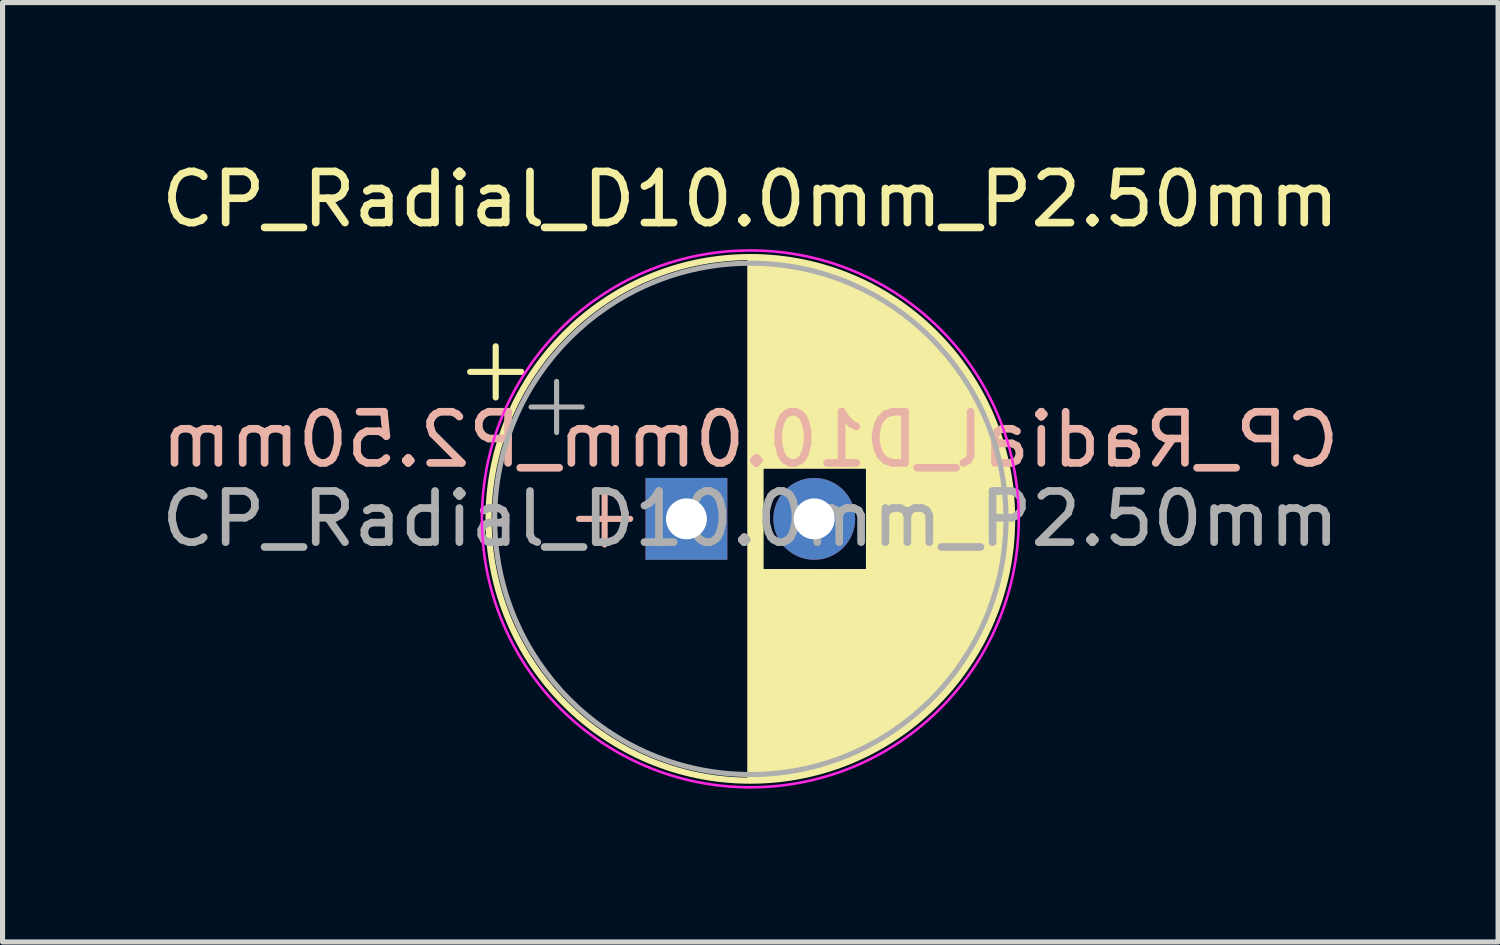
<source format=kicad_pcb>
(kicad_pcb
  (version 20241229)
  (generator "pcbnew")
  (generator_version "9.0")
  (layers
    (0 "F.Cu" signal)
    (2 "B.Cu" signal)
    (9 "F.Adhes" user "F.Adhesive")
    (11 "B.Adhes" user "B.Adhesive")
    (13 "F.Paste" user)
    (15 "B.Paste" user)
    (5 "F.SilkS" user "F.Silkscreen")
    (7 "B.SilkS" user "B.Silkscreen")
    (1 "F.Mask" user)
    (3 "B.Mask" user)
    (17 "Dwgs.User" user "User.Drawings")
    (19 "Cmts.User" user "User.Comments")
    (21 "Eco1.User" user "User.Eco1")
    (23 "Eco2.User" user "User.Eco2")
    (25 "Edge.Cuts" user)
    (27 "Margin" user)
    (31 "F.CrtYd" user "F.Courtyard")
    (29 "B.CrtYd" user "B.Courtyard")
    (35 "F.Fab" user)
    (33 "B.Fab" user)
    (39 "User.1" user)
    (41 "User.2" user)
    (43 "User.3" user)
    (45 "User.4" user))
  (footprint "CP_Radial_D10.0mm_P2.50mm"
    (layer "F.Cu")
    (at 10.375 7.098)
    (property "Reference" "CP_Radial_D10.0mm_P2.50mm" (at 1.25 -6.25 0) (layer "F.SilkS") (effects (font (size 1 1) (thickness 0.15))))
    (fp_line (start -4.23 -2.875) (end -3.23 -2.875) (stroke (width 0.12) (type solid)) (layer "F.SilkS"))
    (fp_line (start -3.73 -3.375) (end -3.73 -2.375) (stroke (width 0.12) (type solid)) (layer "F.SilkS"))
    (fp_line (start 1.25 -5.08) (end 1.25 5.08) (stroke (width 0.12) (type solid)) (layer "F.SilkS"))
    (fp_line (start 1.29 -5.08) (end 1.29 5.08) (stroke (width 0.12) (type solid)) (layer "F.SilkS"))
    (fp_line (start 1.33 -5.08) (end 1.33 5.08) (stroke (width 0.12) (type solid)) (layer "F.SilkS"))
    (fp_line (start 1.37 -5.079) (end 1.37 5.079) (stroke (width 0.12) (type solid)) (layer "F.SilkS"))
    (fp_line (start 1.41 -5.078) (end 1.41 5.078) (stroke (width 0.12) (type solid)) (layer "F.SilkS"))
    (fp_line (start 1.45 -5.077) (end 1.45 5.077) (stroke (width 0.12) (type solid)) (layer "F.SilkS"))
    (fp_line (start 1.49 -5.075) (end 1.49 -1.04) (stroke (width 0.12) (type solid)) (layer "F.SilkS"))
    (fp_line (start 1.49 1.04) (end 1.49 5.075) (stroke (width 0.12) (type solid)) (layer "F.SilkS"))
    (fp_line (start 1.53 -5.073) (end 1.53 -1.04) (stroke (width 0.12) (type solid)) (layer "F.SilkS"))
    (fp_line (start 1.53 1.04) (end 1.53 5.073) (stroke (width 0.12) (type solid)) (layer "F.SilkS"))
    (fp_line (start 1.57 -5.07) (end 1.57 -1.04) (stroke (width 0.12) (type solid)) (layer "F.SilkS"))
    (fp_line (start 1.57 1.04) (end 1.57 5.07) (stroke (width 0.12) (type solid)) (layer "F.SilkS"))
    (fp_line (start 1.61 -5.068) (end 1.61 -1.04) (stroke (width 0.12) (type solid)) (layer "F.SilkS"))
    (fp_line (start 1.61 1.04) (end 1.61 5.068) (stroke (width 0.12) (type solid)) (layer "F.SilkS"))
    (fp_line (start 1.65 -5.065) (end 1.65 -1.04) (stroke (width 0.12) (type solid)) (layer "F.SilkS"))
    (fp_line (start 1.65 1.04) (end 1.65 5.065) (stroke (width 0.12) (type solid)) (layer "F.SilkS"))
    (fp_line (start 1.69 -5.062) (end 1.69 -1.04) (stroke (width 0.12) (type solid)) (layer "F.SilkS"))
    (fp_line (start 1.69 1.04) (end 1.69 5.062) (stroke (width 0.12) (type solid)) (layer "F.SilkS"))
    (fp_line (start 1.73 -5.058) (end 1.73 -1.04) (stroke (width 0.12) (type solid)) (layer "F.SilkS"))
    (fp_line (start 1.73 1.04) (end 1.73 5.058) (stroke (width 0.12) (type solid)) (layer "F.SilkS"))
    (fp_line (start 1.77 -5.054) (end 1.77 -1.04) (stroke (width 0.12) (type solid)) (layer "F.SilkS"))
    (fp_line (start 1.77 1.04) (end 1.77 5.054) (stroke (width 0.12) (type solid)) (layer "F.SilkS"))
    (fp_line (start 1.81 -5.05) (end 1.81 -1.04) (stroke (width 0.12) (type solid)) (layer "F.SilkS"))
    (fp_line (start 1.81 1.04) (end 1.81 5.05) (stroke (width 0.12) (type solid)) (layer "F.SilkS"))
    (fp_line (start 1.85 -5.045) (end 1.85 -1.04) (stroke (width 0.12) (type solid)) (layer "F.SilkS"))
    (fp_line (start 1.85 1.04) (end 1.85 5.045) (stroke (width 0.12) (type solid)) (layer "F.SilkS"))
    (fp_line (start 1.89 -5.04) (end 1.89 -1.04) (stroke (width 0.12) (type solid)) (layer "F.SilkS"))
    (fp_line (start 1.89 1.04) (end 1.89 5.04) (stroke (width 0.12) (type solid)) (layer "F.SilkS"))
    (fp_line (start 1.93 -5.035) (end 1.93 -1.04) (stroke (width 0.12) (type solid)) (layer "F.SilkS"))
    (fp_line (start 1.93 1.04) (end 1.93 5.035) (stroke (width 0.12) (type solid)) (layer "F.SilkS"))
    (fp_line (start 1.971 -5.03) (end 1.971 -1.04) (stroke (width 0.12) (type solid)) (layer "F.SilkS"))
    (fp_line (start 1.971 1.04) (end 1.971 5.03) (stroke (width 0.12) (type solid)) (layer "F.SilkS"))
    (fp_line (start 2.011 -5.024) (end 2.011 -1.04) (stroke (width 0.12) (type solid)) (layer "F.SilkS"))
    (fp_line (start 2.011 1.04) (end 2.011 5.024) (stroke (width 0.12) (type solid)) (layer "F.SilkS"))
    (fp_line (start 2.051 -5.018) (end 2.051 -1.04) (stroke (width 0.12) (type solid)) (layer "F.SilkS"))
    (fp_line (start 2.051 1.04) (end 2.051 5.018) (stroke (width 0.12) (type solid)) (layer "F.SilkS"))
    (fp_line (start 2.091 -5.011) (end 2.091 -1.04) (stroke (width 0.12) (type solid)) (layer "F.SilkS"))
    (fp_line (start 2.091 1.04) (end 2.091 5.011) (stroke (width 0.12) (type solid)) (layer "F.SilkS"))
    (fp_line (start 2.131 -5.004) (end 2.131 -1.04) (stroke (width 0.12) (type solid)) (layer "F.SilkS"))
    (fp_line (start 2.131 1.04) (end 2.131 5.004) (stroke (width 0.12) (type solid)) (layer "F.SilkS"))
    (fp_line (start 2.171 -4.997) (end 2.171 -1.04) (stroke (width 0.12) (type solid)) (layer "F.SilkS"))
    (fp_line (start 2.171 1.04) (end 2.171 4.997) (stroke (width 0.12) (type solid)) (layer "F.SilkS"))
    (fp_line (start 2.211 -4.99) (end 2.211 -1.04) (stroke (width 0.12) (type solid)) (layer "F.SilkS"))
    (fp_line (start 2.211 1.04) (end 2.211 4.99) (stroke (width 0.12) (type solid)) (layer "F.SilkS"))
    (fp_line (start 2.251 -4.982) (end 2.251 -1.04) (stroke (width 0.12) (type solid)) (layer "F.SilkS"))
    (fp_line (start 2.251 1.04) (end 2.251 4.982) (stroke (width 0.12) (type solid)) (layer "F.SilkS"))
    (fp_line (start 2.291 -4.974) (end 2.291 -1.04) (stroke (width 0.12) (type solid)) (layer "F.SilkS"))
    (fp_line (start 2.291 1.04) (end 2.291 4.974) (stroke (width 0.12) (type solid)) (layer "F.SilkS"))
    (fp_line (start 2.331 -4.965) (end 2.331 -1.04) (stroke (width 0.12) (type solid)) (layer "F.SilkS"))
    (fp_line (start 2.331 1.04) (end 2.331 4.965) (stroke (width 0.12) (type solid)) (layer "F.SilkS"))
    (fp_line (start 2.371 -4.956) (end 2.371 -1.04) (stroke (width 0.12) (type solid)) (layer "F.SilkS"))
    (fp_line (start 2.371 1.04) (end 2.371 4.956) (stroke (width 0.12) (type solid)) (layer "F.SilkS"))
    (fp_line (start 2.411 -4.947) (end 2.411 -1.04) (stroke (width 0.12) (type solid)) (layer "F.SilkS"))
    (fp_line (start 2.411 1.04) (end 2.411 4.947) (stroke (width 0.12) (type solid)) (layer "F.SilkS"))
    (fp_line (start 2.451 -4.938) (end 2.451 -1.04) (stroke (width 0.12) (type solid)) (layer "F.SilkS"))
    (fp_line (start 2.451 1.04) (end 2.451 4.938) (stroke (width 0.12) (type solid)) (layer "F.SilkS"))
    (fp_line (start 2.491 -4.928) (end 2.491 -1.04) (stroke (width 0.12) (type solid)) (layer "F.SilkS"))
    (fp_line (start 2.491 1.04) (end 2.491 4.928) (stroke (width 0.12) (type solid)) (layer "F.SilkS"))
    (fp_line (start 2.531 -4.918) (end 2.531 -1.04) (stroke (width 0.12) (type solid)) (layer "F.SilkS"))
    (fp_line (start 2.531 1.04) (end 2.531 4.918) (stroke (width 0.12) (type solid)) (layer "F.SilkS"))
    (fp_line (start 2.571 -4.907) (end 2.571 -1.04) (stroke (width 0.12) (type solid)) (layer "F.SilkS"))
    (fp_line (start 2.571 1.04) (end 2.571 4.907) (stroke (width 0.12) (type solid)) (layer "F.SilkS"))
    (fp_line (start 2.611 -4.897) (end 2.611 -1.04) (stroke (width 0.12) (type solid)) (layer "F.SilkS"))
    (fp_line (start 2.611 1.04) (end 2.611 4.897) (stroke (width 0.12) (type solid)) (layer "F.SilkS"))
    (fp_line (start 2.651 -4.885) (end 2.651 -1.04) (stroke (width 0.12) (type solid)) (layer "F.SilkS"))
    (fp_line (start 2.651 1.04) (end 2.651 4.885) (stroke (width 0.12) (type solid)) (layer "F.SilkS"))
    (fp_line (start 2.691 -4.874) (end 2.691 -1.04) (stroke (width 0.12) (type solid)) (layer "F.SilkS"))
    (fp_line (start 2.691 1.04) (end 2.691 4.874) (stroke (width 0.12) (type solid)) (layer "F.SilkS"))
    (fp_line (start 2.731 -4.862) (end 2.731 -1.04) (stroke (width 0.12) (type solid)) (layer "F.SilkS"))
    (fp_line (start 2.731 1.04) (end 2.731 4.862) (stroke (width 0.12) (type solid)) (layer "F.SilkS"))
    (fp_line (start 2.771 -4.85) (end 2.771 -1.04) (stroke (width 0.12) (type solid)) (layer "F.SilkS"))
    (fp_line (start 2.771 1.04) (end 2.771 4.85) (stroke (width 0.12) (type solid)) (layer "F.SilkS"))
    (fp_line (start 2.811 -4.837) (end 2.811 -1.04) (stroke (width 0.12) (type solid)) (layer "F.SilkS"))
    (fp_line (start 2.811 1.04) (end 2.811 4.837) (stroke (width 0.12) (type solid)) (layer "F.SilkS"))
    (fp_line (start 2.851 -4.824) (end 2.851 -1.04) (stroke (width 0.12) (type solid)) (layer "F.SilkS"))
    (fp_line (start 2.851 1.04) (end 2.851 4.824) (stroke (width 0.12) (type solid)) (layer "F.SilkS"))
    (fp_line (start 2.891 -4.811) (end 2.891 -1.04) (stroke (width 0.12) (type solid)) (layer "F.SilkS"))
    (fp_line (start 2.891 1.04) (end 2.891 4.811) (stroke (width 0.12) (type solid)) (layer "F.SilkS"))
    (fp_line (start 2.931 -4.797) (end 2.931 -1.04) (stroke (width 0.12) (type solid)) (layer "F.SilkS"))
    (fp_line (start 2.931 1.04) (end 2.931 4.797) (stroke (width 0.12) (type solid)) (layer "F.SilkS"))
    (fp_line (start 2.971 -4.783) (end 2.971 -1.04) (stroke (width 0.12) (type solid)) (layer "F.SilkS"))
    (fp_line (start 2.971 1.04) (end 2.971 4.783) (stroke (width 0.12) (type solid)) (layer "F.SilkS"))
    (fp_line (start 3.011 -4.768) (end 3.011 -1.04) (stroke (width 0.12) (type solid)) (layer "F.SilkS"))
    (fp_line (start 3.011 1.04) (end 3.011 4.768) (stroke (width 0.12) (type solid)) (layer "F.SilkS"))
    (fp_line (start 3.051 -4.754) (end 3.051 -1.04) (stroke (width 0.12) (type solid)) (layer "F.SilkS"))
    (fp_line (start 3.051 1.04) (end 3.051 4.754) (stroke (width 0.12) (type solid)) (layer "F.SilkS"))
    (fp_line (start 3.091 -4.738) (end 3.091 -1.04) (stroke (width 0.12) (type solid)) (layer "F.SilkS"))
    (fp_line (start 3.091 1.04) (end 3.091 4.738) (stroke (width 0.12) (type solid)) (layer "F.SilkS"))
    (fp_line (start 3.131 -4.723) (end 3.131 -1.04) (stroke (width 0.12) (type solid)) (layer "F.SilkS"))
    (fp_line (start 3.131 1.04) (end 3.131 4.723) (stroke (width 0.12) (type solid)) (layer "F.SilkS"))
    (fp_line (start 3.171 -4.707) (end 3.171 -1.04) (stroke (width 0.12) (type solid)) (layer "F.SilkS"))
    (fp_line (start 3.171 1.04) (end 3.171 4.707) (stroke (width 0.12) (type solid)) (layer "F.SilkS"))
    (fp_line (start 3.211 -4.69) (end 3.211 -1.04) (stroke (width 0.12) (type solid)) (layer "F.SilkS"))
    (fp_line (start 3.211 1.04) (end 3.211 4.69) (stroke (width 0.12) (type solid)) (layer "F.SilkS"))
    (fp_line (start 3.251 -4.674) (end 3.251 -1.04) (stroke (width 0.12) (type solid)) (layer "F.SilkS"))
    (fp_line (start 3.251 1.04) (end 3.251 4.674) (stroke (width 0.12) (type solid)) (layer "F.SilkS"))
    (fp_line (start 3.291 -4.657) (end 3.291 -1.04) (stroke (width 0.12) (type solid)) (layer "F.SilkS"))
    (fp_line (start 3.291 1.04) (end 3.291 4.657) (stroke (width 0.12) (type solid)) (layer "F.SilkS"))
    (fp_line (start 3.331 -4.639) (end 3.331 -1.04) (stroke (width 0.12) (type solid)) (layer "F.SilkS"))
    (fp_line (start 3.331 1.04) (end 3.331 4.639) (stroke (width 0.12) (type solid)) (layer "F.SilkS"))
    (fp_line (start 3.371 -4.621) (end 3.371 -1.04) (stroke (width 0.12) (type solid)) (layer "F.SilkS"))
    (fp_line (start 3.371 1.04) (end 3.371 4.621) (stroke (width 0.12) (type solid)) (layer "F.SilkS"))
    (fp_line (start 3.411 -4.603) (end 3.411 -1.04) (stroke (width 0.12) (type solid)) (layer "F.SilkS"))
    (fp_line (start 3.411 1.04) (end 3.411 4.603) (stroke (width 0.12) (type solid)) (layer "F.SilkS"))
    (fp_line (start 3.451 -4.584) (end 3.451 -1.04) (stroke (width 0.12) (type solid)) (layer "F.SilkS"))
    (fp_line (start 3.451 1.04) (end 3.451 4.584) (stroke (width 0.12) (type solid)) (layer "F.SilkS"))
    (fp_line (start 3.491 -4.564) (end 3.491 -1.04) (stroke (width 0.12) (type solid)) (layer "F.SilkS"))
    (fp_line (start 3.491 1.04) (end 3.491 4.564) (stroke (width 0.12) (type solid)) (layer "F.SilkS"))
    (fp_line (start 3.531 -4.545) (end 3.531 -1.04) (stroke (width 0.12) (type solid)) (layer "F.SilkS"))
    (fp_line (start 3.531 1.04) (end 3.531 4.545) (stroke (width 0.12) (type solid)) (layer "F.SilkS"))
    (fp_line (start 3.571 -4.525) (end 3.571 4.525) (stroke (width 0.12) (type solid)) (layer "F.SilkS"))
    (fp_line (start 3.611 -4.504) (end 3.611 4.504) (stroke (width 0.12) (type solid)) (layer "F.SilkS"))
    (fp_line (start 3.651 -4.483) (end 3.651 4.483) (stroke (width 0.12) (type solid)) (layer "F.SilkS"))
    (fp_line (start 3.691 -4.462) (end 3.691 4.462) (stroke (width 0.12) (type solid)) (layer "F.SilkS"))
    (fp_line (start 3.731 -4.44) (end 3.731 4.44) (stroke (width 0.12) (type solid)) (layer "F.SilkS"))
    (fp_line (start 3.771 -4.417) (end 3.771 4.417) (stroke (width 0.12) (type solid)) (layer "F.SilkS"))
    (fp_line (start 3.811 -4.395) (end 3.811 4.395) (stroke (width 0.12) (type solid)) (layer "F.SilkS"))
    (fp_line (start 3.851 -4.371) (end 3.851 4.371) (stroke (width 0.12) (type solid)) (layer "F.SilkS"))
    (fp_line (start 3.891 -4.347) (end 3.891 4.347) (stroke (width 0.12) (type solid)) (layer "F.SilkS"))
    (fp_line (start 3.931 -4.323) (end 3.931 4.323) (stroke (width 0.12) (type solid)) (layer "F.SilkS"))
    (fp_line (start 3.971 -4.298) (end 3.971 4.298) (stroke (width 0.12) (type solid)) (layer "F.SilkS"))
    (fp_line (start 4.011 -4.273) (end 4.011 4.273) (stroke (width 0.12) (type solid)) (layer "F.SilkS"))
    (fp_line (start 4.051 -4.247) (end 4.051 4.247) (stroke (width 0.12) (type solid)) (layer "F.SilkS"))
    (fp_line (start 4.091 -4.221) (end 4.091 4.221) (stroke (width 0.12) (type solid)) (layer "F.SilkS"))
    (fp_line (start 4.131 -4.194) (end 4.131 4.194) (stroke (width 0.12) (type solid)) (layer "F.SilkS"))
    (fp_line (start 4.171 -4.166) (end 4.171 4.166) (stroke (width 0.12) (type solid)) (layer "F.SilkS"))
    (fp_line (start 4.211 -4.138) (end 4.211 4.138) (stroke (width 0.12) (type solid)) (layer "F.SilkS"))
    (fp_line (start 4.251 -4.11) (end 4.251 4.11) (stroke (width 0.12) (type solid)) (layer "F.SilkS"))
    (fp_line (start 4.291 -4.08) (end 4.291 4.08) (stroke (width 0.12) (type solid)) (layer "F.SilkS"))
    (fp_line (start 4.331 -4.05) (end 4.331 4.05) (stroke (width 0.12) (type solid)) (layer "F.SilkS"))
    (fp_line (start 4.371 -4.02) (end 4.371 4.02) (stroke (width 0.12) (type solid)) (layer "F.SilkS"))
    (fp_line (start 4.411 -3.989) (end 4.411 3.989) (stroke (width 0.12) (type solid)) (layer "F.SilkS"))
    (fp_line (start 4.451 -3.957) (end 4.451 3.957) (stroke (width 0.12) (type solid)) (layer "F.SilkS"))
    (fp_line (start 4.491 -3.925) (end 4.491 3.925) (stroke (width 0.12) (type solid)) (layer "F.SilkS"))
    (fp_line (start 4.531 -3.892) (end 4.531 3.892) (stroke (width 0.12) (type solid)) (layer "F.SilkS"))
    (fp_line (start 4.571 -3.858) (end 4.571 3.858) (stroke (width 0.12) (type solid)) (layer "F.SilkS"))
    (fp_line (start 4.611 -3.824) (end 4.611 3.824) (stroke (width 0.12) (type solid)) (layer "F.SilkS"))
    (fp_line (start 4.651 -3.789) (end 4.651 3.789) (stroke (width 0.12) (type solid)) (layer "F.SilkS"))
    (fp_line (start 4.691 -3.753) (end 4.691 3.753) (stroke (width 0.12) (type solid)) (layer "F.SilkS"))
    (fp_line (start 4.731 -3.716) (end 4.731 3.716) (stroke (width 0.12) (type solid)) (layer "F.SilkS"))
    (fp_line (start 4.771 -3.679) (end 4.771 3.679) (stroke (width 0.12) (type solid)) (layer "F.SilkS"))
    (fp_line (start 4.811 -3.64) (end 4.811 3.64) (stroke (width 0.12) (type solid)) (layer "F.SilkS"))
    (fp_line (start 4.851 -3.601) (end 4.851 3.601) (stroke (width 0.12) (type solid)) (layer "F.SilkS"))
    (fp_line (start 4.891 -3.561) (end 4.891 3.561) (stroke (width 0.12) (type solid)) (layer "F.SilkS"))
    (fp_line (start 4.931 -3.52) (end 4.931 3.52) (stroke (width 0.12) (type solid)) (layer "F.SilkS"))
    (fp_line (start 4.971 -3.478) (end 4.971 3.478) (stroke (width 0.12) (type solid)) (layer "F.SilkS"))
    (fp_line (start 5.011 -3.436) (end 5.011 3.436) (stroke (width 0.12) (type solid)) (layer "F.SilkS"))
    (fp_line (start 5.051 -3.392) (end 5.051 3.392) (stroke (width 0.12) (type solid)) (layer "F.SilkS"))
    (fp_line (start 5.091 -3.347) (end 5.091 3.347) (stroke (width 0.12) (type solid)) (layer "F.SilkS"))
    (fp_line (start 5.131 -3.301) (end 5.131 3.301) (stroke (width 0.12) (type solid)) (layer "F.SilkS"))
    (fp_line (start 5.171 -3.254) (end 5.171 3.254) (stroke (width 0.12) (type solid)) (layer "F.SilkS"))
    (fp_line (start 5.211 -3.206) (end 5.211 3.206) (stroke (width 0.12) (type solid)) (layer "F.SilkS"))
    (fp_line (start 5.251 -3.156) (end 5.251 3.156) (stroke (width 0.12) (type solid)) (layer "F.SilkS"))
    (fp_line (start 5.291 -3.106) (end 5.291 3.106) (stroke (width 0.12) (type solid)) (layer "F.SilkS"))
    (fp_line (start 5.331 -3.054) (end 5.331 3.054) (stroke (width 0.12) (type solid)) (layer "F.SilkS"))
    (fp_line (start 5.371 -3) (end 5.371 3) (stroke (width 0.12) (type solid)) (layer "F.SilkS"))
    (fp_line (start 5.411 -2.945) (end 5.411 2.945) (stroke (width 0.12) (type solid)) (layer "F.SilkS"))
    (fp_line (start 5.451 -2.889) (end 5.451 2.889) (stroke (width 0.12) (type solid)) (layer "F.SilkS"))
    (fp_line (start 5.491 -2.83) (end 5.491 2.83) (stroke (width 0.12) (type solid)) (layer "F.SilkS"))
    (fp_line (start 5.531 -2.77) (end 5.531 2.77) (stroke (width 0.12) (type solid)) (layer "F.SilkS"))
    (fp_line (start 5.571 -2.709) (end 5.571 2.709) (stroke (width 0.12) (type solid)) (layer "F.SilkS"))
    (fp_line (start 5.611 -2.645) (end 5.611 2.645) (stroke (width 0.12) (type solid)) (layer "F.SilkS"))
    (fp_line (start 5.651 -2.579) (end 5.651 2.579) (stroke (width 0.12) (type solid)) (layer "F.SilkS"))
    (fp_line (start 5.691 -2.51) (end 5.691 2.51) (stroke (width 0.12) (type solid)) (layer "F.SilkS"))
    (fp_line (start 5.731 -2.439) (end 5.731 2.439) (stroke (width 0.12) (type solid)) (layer "F.SilkS"))
    (fp_line (start 5.771 -2.365) (end 5.771 2.365) (stroke (width 0.12) (type solid)) (layer "F.SilkS"))
    (fp_line (start 5.811 -2.289) (end 5.811 2.289) (stroke (width 0.12) (type solid)) (layer "F.SilkS"))
    (fp_line (start 5.851 -2.209) (end 5.851 2.209) (stroke (width 0.12) (type solid)) (layer "F.SilkS"))
    (fp_line (start 5.891 -2.125) (end 5.891 2.125) (stroke (width 0.12) (type solid)) (layer "F.SilkS"))
    (fp_line (start 5.931 -2.037) (end 5.931 2.037) (stroke (width 0.12) (type solid)) (layer "F.SilkS"))
    (fp_line (start 5.971 -1.944) (end 5.971 1.944) (stroke (width 0.12) (type solid)) (layer "F.SilkS"))
    (fp_line (start 6.011 -1.846) (end 6.011 1.846) (stroke (width 0.12) (type solid)) (layer "F.SilkS"))
    (fp_line (start 6.051 -1.742) (end 6.051 1.742) (stroke (width 0.12) (type solid)) (layer "F.SilkS"))
    (fp_line (start 6.091 -1.63) (end 6.091 1.63) (stroke (width 0.12) (type solid)) (layer "F.SilkS"))
    (fp_line (start 6.131 -1.51) (end 6.131 1.51) (stroke (width 0.12) (type solid)) (layer "F.SilkS"))
    (fp_line (start 6.171 -1.378) (end 6.171 1.378) (stroke (width 0.12) (type solid)) (layer "F.SilkS"))
    (fp_line (start 6.211 -1.23) (end 6.211 1.23) (stroke (width 0.12) (type solid)) (layer "F.SilkS"))
    (fp_line (start 6.251 -1.062) (end 6.251 1.062) (stroke (width 0.12) (type solid)) (layer "F.SilkS"))
    (fp_line (start 6.291 -0.862) (end 6.291 0.862) (stroke (width 0.12) (type solid)) (layer "F.SilkS"))
    (fp_line (start 6.331 -0.599) (end 6.331 0.599) (stroke (width 0.12) (type solid)) (layer "F.SilkS"))
    (fp_circle (center 1.25 0) (end 6.37 0) (stroke (width 0.12) (type solid)) (fill no) (layer "F.SilkS"))
    (fp_line (start -1.6 -0.5) (end -1.6 0.5) (stroke (width 0.12) (type solid)) (layer "B.SilkS"))
    (fp_line (start -1.1 0) (end -2.1 0) (stroke (width 0.12) (type solid)) (layer "B.SilkS"))
    (fp_circle (center 1.25 0) (end 6.5 0) (stroke (width 0.05) (type solid)) (fill no) (layer "F.CrtYd"))
    (fp_line (start -3.039 -2.188) (end -2.039 -2.188) (stroke (width 0.1) (type solid)) (layer "F.Fab"))
    (fp_line (start -2.539 -2.688) (end -2.539 -1.688) (stroke (width 0.1) (type solid)) (layer "F.Fab"))
    (fp_circle (center 1.25 0) (end 6.25 0) (stroke (width 0.1) (type solid)) (fill no) (layer "F.Fab"))
    (fp_text user "${REFERENCE}" (at 1.25 -1.55 0) (layer "B.SilkS") (effects (font (size 1 1) (thickness 0.15)) (justify mirror)))
    (fp_text user "${REFERENCE}" (at 1.25 0 0) (layer "F.Fab") (effects (font (size 1 1) (thickness 0.15))))
    (pad "1" thru_hole rect (at 0 0) (size 1.6 1.6) (drill 0.8) (layers "*.Cu" "*.Mask"))
    (pad "2" thru_hole circle (at 2.5 0) (size 1.6 1.6) (drill 0.8) (layers "*.Cu" "*.Mask")))
  (gr_rect
    (start -3 -3)
    (end 26.25 15.373)
    (stroke (width 0.1) (type default))
    (fill no)
    (layer "Edge.Cuts")))
</source>
